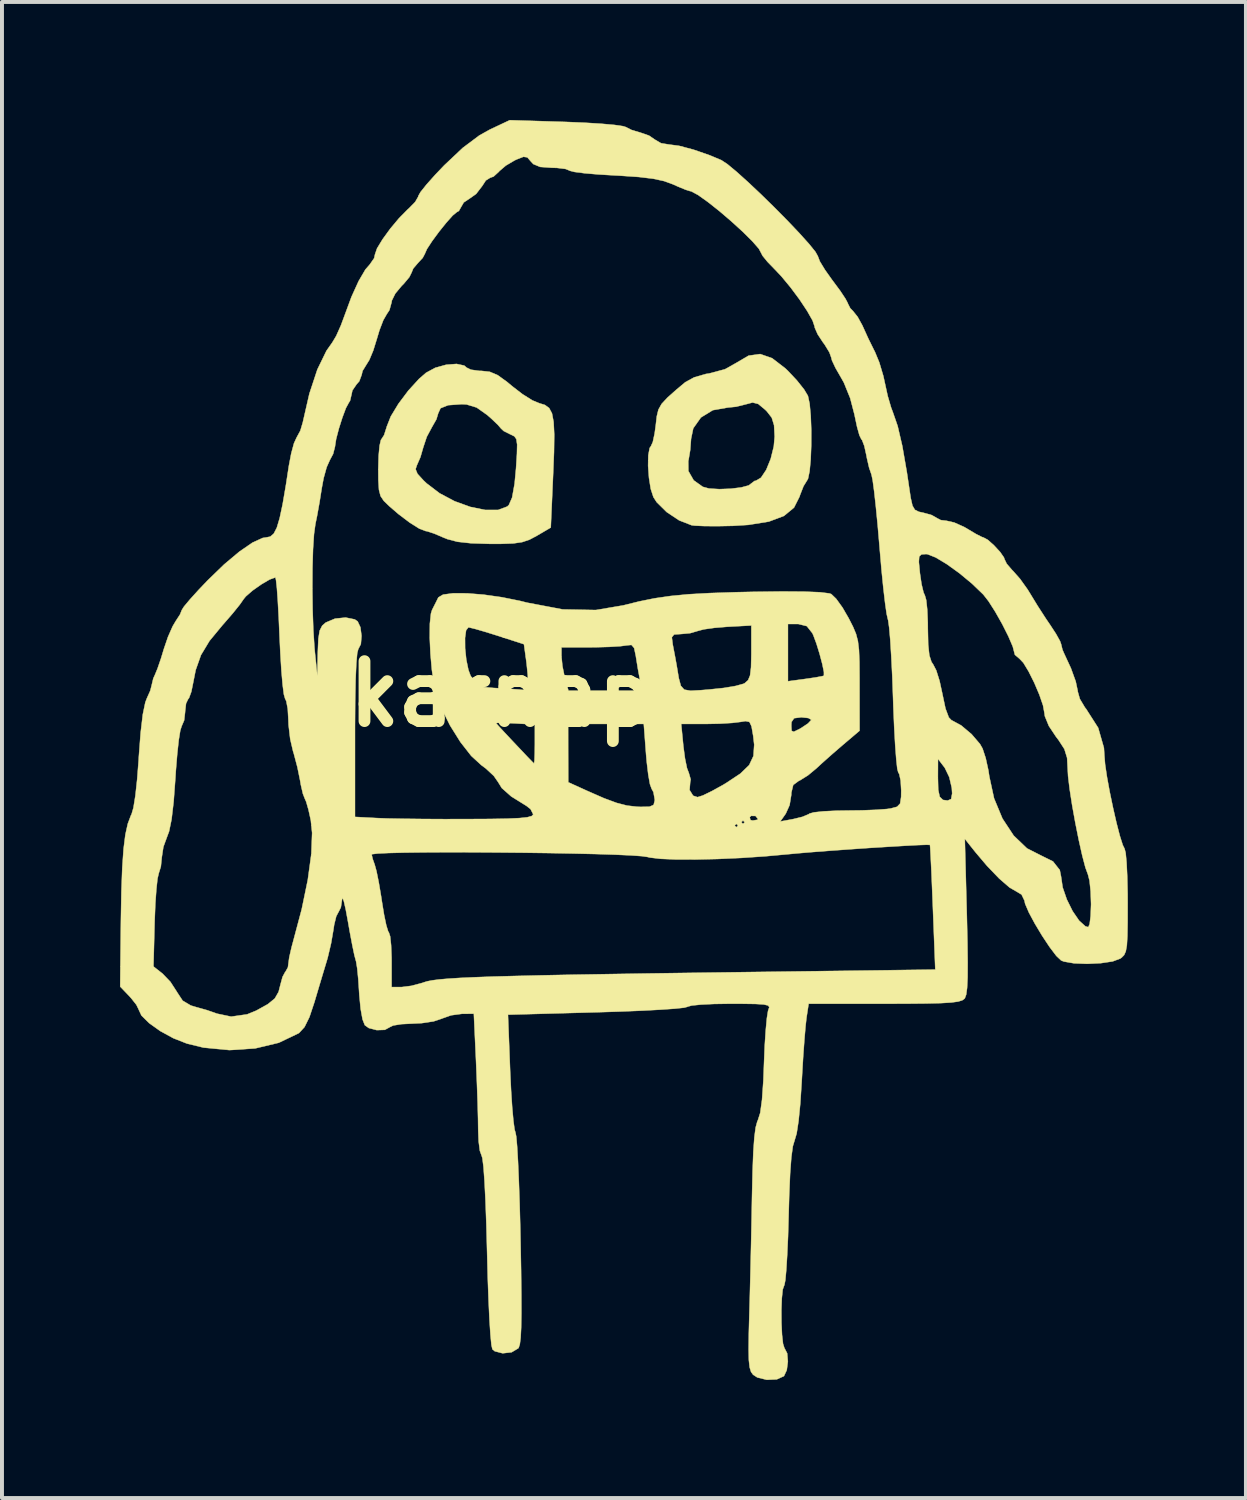
<source format=kicad_pcb>
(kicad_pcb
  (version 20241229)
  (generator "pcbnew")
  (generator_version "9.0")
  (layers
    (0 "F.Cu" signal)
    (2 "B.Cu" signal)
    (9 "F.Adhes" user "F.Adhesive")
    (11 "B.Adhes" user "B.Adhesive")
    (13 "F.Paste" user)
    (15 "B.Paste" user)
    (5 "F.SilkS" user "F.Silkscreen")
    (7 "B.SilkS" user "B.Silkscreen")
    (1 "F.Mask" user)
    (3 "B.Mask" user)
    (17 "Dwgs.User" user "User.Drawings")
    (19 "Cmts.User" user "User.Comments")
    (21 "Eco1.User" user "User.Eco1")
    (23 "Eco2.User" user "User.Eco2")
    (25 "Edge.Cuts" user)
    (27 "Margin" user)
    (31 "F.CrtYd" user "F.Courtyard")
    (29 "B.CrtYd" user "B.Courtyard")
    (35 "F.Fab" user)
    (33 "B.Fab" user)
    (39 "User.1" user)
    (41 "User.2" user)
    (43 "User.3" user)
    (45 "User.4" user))
  (footprint "karnap"
    (layer "F.Cu")
    (at 9.699 14.591)
    (property "Reference" "karnap" (at 0 0 0) (layer "F.SilkS") (effects (font (size 1.524 1.524) (thickness 0.3))))
    (attr through_hole)
    (fp_poly (pts (xy 6.879 -8.535) (xy 7.214 -8.277) (xy 7.276 -8.218) (xy 7.506 -7.974) (xy 7.691 -7.742) (xy 7.789 -7.578) (xy 7.832 -7.378) (xy 7.86 -7.074) (xy 7.874 -6.708) (xy 7.873 -6.322) (xy 7.859 -5.959) (xy 7.831 -5.661) (xy 7.791 -5.471) (xy 7.769 -5.432) (xy 7.677 -5.283) (xy 7.588 -5.056) (xy 7.577 -5.019) (xy 7.435 -4.737) (xy 7.179 -4.526) (xy 6.796 -4.382) (xy 6.273 -4.298) (xy 5.884 -4.274) (xy 5.5 -4.266) (xy 5.161 -4.268) (xy 4.914 -4.279) (xy 4.833 -4.289) (xy 4.515 -4.413) (xy 4.197 -4.625) (xy 3.944 -4.875) (xy 3.861 -5.004) (xy 3.793 -5.213) (xy 3.748 -5.495) (xy 3.726 -5.797) (xy 3.728 -5.927) (xy 4.747 -5.927) (xy 4.75 -5.667) (xy 4.885 -5.431) (xy 5.116 -5.266) (xy 5.273 -5.223) (xy 5.538 -5.207) (xy 5.83 -5.218) (xy 6.095 -5.251) (xy 6.281 -5.301) (xy 6.336 -5.342) (xy 6.433 -5.416) (xy 6.463 -5.419) (xy 6.595 -5.497) (xy 6.729 -5.698) (xy 6.843 -5.978) (xy 6.921 -6.292) (xy 6.943 -6.541) (xy 6.928 -6.832) (xy 6.869 -7.024) (xy 6.741 -7.188) (xy 6.702 -7.226) (xy 6.525 -7.373) (xy 6.382 -7.409) (xy 6.231 -7.369) (xy 5.963 -7.302) (xy 5.751 -7.281) (xy 5.371 -7.214) (xy 5.069 -7.029) (xy 4.874 -6.754) (xy 4.818 -6.485) (xy 4.797 -6.204) (xy 4.756 -5.959) (xy 4.747 -5.927) (xy 3.728 -5.927) (xy 3.731 -6.067) (xy 3.765 -6.253) (xy 3.798 -6.3) (xy 3.845 -6.403) (xy 3.892 -6.621) (xy 3.921 -6.834) (xy 3.947 -7.06) (xy 3.988 -7.228) (xy 4.069 -7.373) (xy 4.214 -7.53) (xy 4.446 -7.737) (xy 4.671 -7.925) (xy 4.897 -8.049) (xy 5.195 -8.135) (xy 5.277 -8.147) (xy 5.681 -8.255) (xy 5.963 -8.414) (xy 6.28 -8.6) (xy 6.576 -8.641) (xy 6.879 -8.535)) (stroke (width 0.01) (type solid)) (fill yes) (layer "F.SilkS"))
    (fp_poly (pts (xy -0.947 -8.348) (xy -0.889 -8.297) (xy -0.778 -8.243) (xy -0.568 -8.214) (xy -0.51 -8.213) (xy -0.299 -8.19) (xy -0.097 -8.104) (xy 0.145 -7.929) (xy 0.268 -7.826) (xy 0.532 -7.622) (xy 0.781 -7.465) (xy 0.956 -7.392) (xy 1.103 -7.347) (xy 1.211 -7.268) (xy 1.283 -7.132) (xy 1.324 -6.915) (xy 1.34 -6.596) (xy 1.334 -6.151) (xy 1.313 -5.616) (xy 1.252 -4.23) (xy 0.894 -4.02) (xy 0.707 -3.921) (xy 0.524 -3.86) (xy 0.299 -3.827) (xy -0.017 -3.816) (xy -0.304 -3.816) (xy -0.774 -3.831) (xy -1.12 -3.869) (xy -1.382 -3.938) (xy -1.482 -3.979) (xy -1.714 -4.078) (xy -1.892 -4.136) (xy -1.93 -4.142) (xy -2.09 -4.203) (xy -2.334 -4.356) (xy -2.622 -4.574) (xy -2.857 -4.777) (xy -2.993 -4.909) (xy -3.075 -5.031) (xy -3.116 -5.19) (xy -3.131 -5.433) (xy -3.133 -5.715) (xy -2.185 -5.715) (xy -2.136 -5.596) (xy -1.981 -5.426) (xy -1.905 -5.354) (xy -1.574 -5.102) (xy -1.191 -4.899) (xy -0.792 -4.755) (xy -0.412 -4.678) (xy -0.087 -4.678) (xy 0.145 -4.765) (xy 0.187 -4.805) (xy 0.269 -4.993) (xy 0.332 -5.343) (xy 0.369 -5.739) (xy 0.392 -6.107) (xy 0.397 -6.341) (xy 0.377 -6.477) (xy 0.327 -6.549) (xy 0.24 -6.593) (xy 0.22 -6.601) (xy 0.055 -6.684) (xy -0.012 -6.747) (xy -0.09 -6.838) (xy -0.253 -6.994) (xy -0.363 -7.091) (xy -0.633 -7.282) (xy -0.891 -7.36) (xy -1.012 -7.366) (xy -1.356 -7.341) (xy -1.55 -7.264) (xy -1.609 -7.137) (xy -1.655 -6.983) (xy -1.766 -6.788) (xy -1.767 -6.786) (xy -1.9 -6.538) (xy -1.99 -6.268) (xy -2.061 -6.022) (xy -2.145 -5.829) (xy -2.149 -5.822) (xy -2.185 -5.715) (xy -3.133 -5.715) (xy -3.133 -5.727) (xy -3.124 -6.054) (xy -3.1 -6.312) (xy -3.066 -6.458) (xy -3.055 -6.473) (xy -2.985 -6.582) (xy -2.921 -6.782) (xy -2.918 -6.795) (xy -2.815 -7.056) (xy -2.62 -7.378) (xy -2.37 -7.711) (xy -2.099 -8.008) (xy -1.919 -8.165) (xy -1.685 -8.292) (xy -1.408 -8.369) (xy -1.143 -8.39) (xy -0.947 -8.348)) (stroke (width 0.01) (type solid)) (fill yes) (layer "F.SilkS"))
    (fp_poly (pts (xy 1.63 -14.542) (xy 2.108 -14.522) (xy 2.531 -14.496) (xy 2.867 -14.466) (xy 3.087 -14.434) (xy 3.155 -14.413) (xy 3.309 -14.336) (xy 3.529 -14.271) (xy 3.75 -14.194) (xy 3.899 -14.092) (xy 4.054 -14.001) (xy 4.241 -13.97) (xy 4.514 -13.934) (xy 4.883 -13.836) (xy 5.295 -13.693) (xy 5.588 -13.57) (xy 5.741 -13.469) (xy 5.975 -13.275) (xy 6.268 -13.011) (xy 6.598 -12.7) (xy 6.94 -12.365) (xy 7.272 -12.029) (xy 7.571 -11.714) (xy 7.815 -11.443) (xy 7.98 -11.239) (xy 8.043 -11.126) (xy 8.043 -11.123) (xy 8.092 -10.996) (xy 8.222 -10.782) (xy 8.404 -10.525) (xy 8.424 -10.499) (xy 8.61 -10.248) (xy 8.745 -10.044) (xy 8.805 -9.929) (xy 8.805 -9.923) (xy 8.864 -9.807) (xy 8.934 -9.735) (xy 9.051 -9.589) (xy 9.174 -9.366) (xy 9.193 -9.323) (xy 9.324 -9.035) (xy 9.473 -8.733) (xy 9.491 -8.699) (xy 9.603 -8.428) (xy 9.705 -8.086) (xy 9.747 -7.894) (xy 9.817 -7.575) (xy 9.902 -7.285) (xy 9.951 -7.154) (xy 10.07 -6.81) (xy 10.188 -6.302) (xy 10.304 -5.635) (xy 10.352 -5.314) (xy 10.401 -4.985) (xy 10.446 -4.787) (xy 10.508 -4.682) (xy 10.607 -4.632) (xy 10.726 -4.606) (xy 10.931 -4.549) (xy 11.051 -4.483) (xy 11.055 -4.478) (xy 11.166 -4.42) (xy 11.31 -4.403) (xy 11.508 -4.358) (xy 11.759 -4.246) (xy 11.853 -4.191) (xy 12.064 -4.065) (xy 12.215 -3.989) (xy 12.249 -3.979) (xy 12.359 -3.92) (xy 12.517 -3.78) (xy 12.673 -3.611) (xy 12.772 -3.469) (xy 12.785 -3.428) (xy 12.842 -3.31) (xy 12.981 -3.148) (xy 13.004 -3.126) (xy 13.18 -2.927) (xy 13.371 -2.66) (xy 13.445 -2.54) (xy 13.63 -2.237) (xy 13.846 -1.903) (xy 13.945 -1.758) (xy 14.097 -1.525) (xy 14.198 -1.343) (xy 14.224 -1.27) (xy 14.259 -1.126) (xy 14.298 -1.036) (xy 14.475 -0.653) (xy 14.596 -0.319) (xy 14.647 -0.079) (xy 14.648 -0.061) (xy 14.701 0.126) (xy 14.831 0.344) (xy 14.861 0.381) (xy 15.167 0.86) (xy 15.313 1.369) (xy 15.325 1.565) (xy 15.343 1.788) (xy 15.391 2.11) (xy 15.461 2.491) (xy 15.545 2.894) (xy 15.633 3.279) (xy 15.718 3.607) (xy 15.792 3.84) (xy 15.838 3.933) (xy 15.866 4.042) (xy 15.889 4.288) (xy 15.906 4.641) (xy 15.916 5.069) (xy 15.917 5.304) (xy 15.916 5.798) (xy 15.91 6.151) (xy 15.896 6.39) (xy 15.869 6.542) (xy 15.827 6.636) (xy 15.765 6.7) (xy 15.729 6.726) (xy 15.536 6.798) (xy 15.235 6.843) (xy 14.888 6.86) (xy 14.554 6.847) (xy 14.296 6.802) (xy 14.225 6.774) (xy 14.103 6.658) (xy 13.933 6.434) (xy 13.742 6.146) (xy 13.557 5.838) (xy 13.404 5.553) (xy 13.31 5.333) (xy 13.293 5.252) (xy 13.22 5.1) (xy 13.11 5.033) (xy 12.913 4.919) (xy 12.648 4.689) (xy 12.34 4.368) (xy 12.047 4.022) (xy 11.777 3.683) (xy 11.829 5.648) (xy 11.844 6.312) (xy 11.85 6.825) (xy 11.848 7.206) (xy 11.835 7.472) (xy 11.812 7.642) (xy 11.778 7.734) (xy 11.772 7.743) (xy 11.714 7.786) (xy 11.608 7.819) (xy 11.432 7.843) (xy 11.167 7.859) (xy 10.791 7.868) (xy 10.284 7.873) (xy 9.735 7.874) (xy 7.807 7.874) (xy 7.752 8.234) (xy 7.728 8.448) (xy 7.699 8.789) (xy 7.668 9.218) (xy 7.64 9.691) (xy 7.63 9.864) (xy 7.595 10.408) (xy 7.551 10.852) (xy 7.502 11.173) (xy 7.451 11.345) (xy 7.405 11.498) (xy 7.367 11.777) (xy 7.336 12.193) (xy 7.312 12.759) (xy 7.298 13.273) (xy 7.283 13.795) (xy 7.262 14.258) (xy 7.239 14.635) (xy 7.215 14.9) (xy 7.19 15.028) (xy 7.185 15.035) (xy 7.148 15.139) (xy 7.125 15.363) (xy 7.114 15.661) (xy 7.116 15.985) (xy 7.13 16.287) (xy 7.156 16.519) (xy 7.193 16.634) (xy 7.197 16.637) (xy 7.261 16.76) (xy 7.279 16.969) (xy 7.251 17.187) (xy 7.18 17.339) (xy 7.18 17.34) (xy 6.997 17.423) (xy 6.744 17.434) (xy 6.503 17.375) (xy 6.394 17.304) (xy 6.342 17.231) (xy 6.307 17.116) (xy 6.287 16.934) (xy 6.281 16.656) (xy 6.286 16.257) (xy 6.297 15.844) (xy 6.312 15.313) (xy 6.328 14.672) (xy 6.344 13.978) (xy 6.358 13.289) (xy 6.367 12.785) (xy 6.382 12.134) (xy 6.401 11.635) (xy 6.427 11.27) (xy 6.46 11.019) (xy 6.502 10.866) (xy 6.516 10.837) (xy 6.576 10.649) (xy 6.622 10.314) (xy 6.656 9.825) (xy 6.672 9.398) (xy 6.69 8.949) (xy 6.716 8.552) (xy 6.745 8.242) (xy 6.775 8.054) (xy 6.786 8.022) (xy 6.807 7.961) (xy 6.775 7.919) (xy 6.667 7.893) (xy 6.456 7.88) (xy 6.118 7.875) (xy 5.81 7.874) (xy 5.406 7.88) (xy 5.07 7.896) (xy 4.833 7.92) (xy 4.729 7.949) (xy 4.727 7.952) (xy 4.639 7.975) (xy 4.403 8) (xy 4.042 8.025) (xy 3.579 8.05) (xy 3.036 8.072) (xy 2.435 8.091) (xy 2.432 8.091) (xy 0.164 8.153) (xy 0.22 9.601) (xy 0.243 10.083) (xy 0.271 10.51) (xy 0.302 10.85) (xy 0.332 11.073) (xy 0.354 11.147) (xy 0.375 11.253) (xy 0.397 11.507) (xy 0.419 11.888) (xy 0.44 12.374) (xy 0.46 12.944) (xy 0.477 13.576) (xy 0.483 13.874) (xy 0.497 14.648) (xy 0.504 15.268) (xy 0.505 15.75) (xy 0.499 16.111) (xy 0.486 16.366) (xy 0.465 16.53) (xy 0.436 16.62) (xy 0.426 16.633) (xy 0.257 16.734) (xy 0.029 16.76) (xy -0.172 16.708) (xy -0.232 16.658) (xy -0.257 16.547) (xy -0.282 16.287) (xy -0.307 15.899) (xy -0.33 15.403) (xy -0.351 14.821) (xy -0.367 14.188) (xy -0.386 13.481) (xy -0.408 12.873) (xy -0.433 12.38) (xy -0.459 12.017) (xy -0.487 11.797) (xy -0.506 11.737) (xy -0.551 11.612) (xy -0.582 11.372) (xy -0.593 11.096) (xy -0.597 10.8) (xy -0.608 10.386) (xy -0.625 9.906) (xy -0.645 9.411) (xy -0.648 9.335) (xy -0.704 8.128) (xy -1.008 8.131) (xy -1.281 8.168) (xy -1.519 8.252) (xy -1.524 8.255) (xy -1.728 8.323) (xy -2.03 8.368) (xy -2.26 8.379) (xy -2.543 8.393) (xy -2.753 8.427) (xy -2.836 8.467) (xy -2.966 8.538) (xy -3.171 8.545) (xy -3.374 8.492) (xy -3.475 8.42) (xy -3.533 8.272) (xy -3.582 8.002) (xy -3.615 7.656) (xy -3.619 7.594) (xy -3.641 7.255) (xy -3.669 6.972) (xy -3.698 6.795) (xy -3.705 6.773) (xy -3.741 6.639) (xy -3.795 6.38) (xy -3.859 6.04) (xy -3.901 5.8) (xy -3.96 5.48) (xy -4.009 5.267) (xy -4.042 5.182) (xy -4.054 5.223) (xy -4.084 5.426) (xy -4.142 5.541) (xy -4.144 5.543) (xy -4.201 5.65) (xy -4.254 5.864) (xy -4.273 5.992) (xy -4.333 6.34) (xy -4.418 6.7) (xy -4.439 6.773) (xy -4.521 7.045) (xy -4.629 7.405) (xy -4.741 7.782) (xy -4.752 7.821) (xy -4.883 8.213) (xy -5.008 8.467) (xy -5.144 8.615) (xy -5.158 8.625) (xy -5.662 8.866) (xy -6.263 9.01) (xy -6.916 9.053) (xy -7.577 8.989) (xy -7.996 8.887) (xy -8.342 8.751) (xy -8.675 8.569) (xy -8.958 8.367) (xy -9.154 8.173) (xy -9.229 8.011) (xy -9.229 8.01) (xy -9.283 7.9) (xy -9.417 7.731) (xy -9.461 7.682) (xy -9.694 7.439) (xy -9.689 6.927) (xy -8.848 6.927) (xy -8.617 7.109) (xy -8.418 7.316) (xy -8.254 7.569) (xy -8.247 7.582) (xy -8.106 7.796) (xy -7.899 7.919) (xy -7.759 7.961) (xy -7.495 8.035) (xy -7.277 8.11) (xy -7.239 8.125) (xy -6.873 8.202) (xy -6.467 8.144) (xy -6.237 8.05) (xy -5.94 7.885) (xy -5.763 7.74) (xy -5.667 7.572) (xy -5.623 7.399) (xy -5.567 7.192) (xy -5.501 7.069) (xy -5.494 7.064) (xy -5.43 6.949) (xy -5.419 6.863) (xy -5.396 6.693) (xy -5.337 6.437) (xy -5.299 6.296) (xy -5.08 5.474) (xy -4.925 4.725) (xy -4.837 4.081) (xy -3.302 4.081) (xy -3.274 4.198) (xy -3.225 4.335) (xy -3.178 4.506) (xy -3.12 4.793) (xy -3.061 5.143) (xy -3.041 5.274) (xy -2.986 5.611) (xy -2.93 5.879) (xy -2.881 6.038) (xy -2.864 6.062) (xy -2.831 6.162) (xy -2.807 6.387) (xy -2.795 6.694) (xy -2.794 6.778) (xy -2.794 7.451) (xy -2.542 7.451) (xy -2.291 7.419) (xy -2.008 7.343) (xy -1.97 7.329) (xy -1.883 7.303) (xy -1.757 7.279) (xy -1.585 7.257) (xy -1.355 7.237) (xy -1.059 7.218) (xy -0.686 7.201) (xy -0.227 7.184) (xy 0.328 7.169) (xy 0.989 7.153) (xy 1.765 7.137) (xy 2.667 7.122) (xy 3.704 7.105) (xy 4.885 7.088) (xy 6.222 7.07) (xy 6.974 7.06) (xy 11.026 7.006) (xy 10.965 5.429) (xy 10.945 4.932) (xy 10.927 4.498) (xy 10.91 4.153) (xy 10.898 3.924) (xy 10.891 3.837) (xy 10.891 3.837) (xy 10.803 3.834) (xy 10.576 3.842) (xy 10.239 3.86) (xy 9.822 3.885) (xy 9.352 3.914) (xy 8.861 3.948) (xy 8.377 3.983) (xy 7.929 4.017) (xy 7.548 4.049) (xy 7.281 4.074) (xy 6.697 4.127) (xy 6.09 4.168) (xy 5.49 4.195) (xy 4.927 4.208) (xy 4.432 4.207) (xy 4.036 4.19) (xy 3.768 4.158) (xy 3.713 4.144) (xy 3.57 4.123) (xy 3.288 4.103) (xy 2.888 4.085) (xy 2.391 4.069) (xy 1.82 4.056) (xy 1.196 4.044) (xy 0.539 4.035) (xy -0.128 4.029) (xy -0.784 4.025) (xy -1.408 4.024) (xy -1.978 4.027) (xy -2.472 4.033) (xy -2.87 4.043) (xy -3.15 4.056) (xy -3.29 4.073) (xy -3.302 4.081) (xy -4.837 4.081) (xy -4.835 4.071) (xy -4.815 3.532) (xy -4.834 3.344) (xy 5.927 3.344) (xy 5.969 3.387) (xy 6.011 3.344) (xy 5.969 3.302) (xy 5.927 3.344) (xy -4.834 3.344) (xy -4.843 3.26) (xy 6.096 3.26) (xy 6.138 3.302) (xy 6.181 3.26) (xy 6.138 3.217) (xy 6.096 3.26) (xy -4.843 3.26) (xy -4.847 3.217) (xy -4.907 2.945) (xy -4.966 2.739) (xy -4.998 2.667) (xy -5.049 2.537) (xy -5.102 2.308) (xy -5.12 2.201) (xy -5.189 1.862) (xy -5.281 1.514) (xy -5.299 1.458) (xy -5.372 1.145) (xy -5.414 0.785) (xy -5.419 0.649) (xy -5.434 0.381) (xy -5.472 0.181) (xy -5.502 0.119) (xy -5.533 0.011) (xy -5.565 -0.237) (xy -5.596 -0.597) (xy -5.623 -1.04) (xy -5.643 -1.464) (xy -5.664 -1.946) (xy -5.687 -2.364) (xy -5.709 -2.677) (xy -4.809 -2.677) (xy -4.802 -2.137) (xy -4.784 -1.623) (xy -4.755 -1.175) (xy -4.744 -1.058) (xy -4.683 -0.466) (xy -4.67 -1.075) (xy -4.656 -1.404) (xy -4.623 -1.61) (xy -4.559 -1.736) (xy -4.468 -1.816) (xy -4.233 -1.915) (xy -3.963 -1.943) (xy -3.732 -1.896) (xy -3.658 -1.846) (xy -3.587 -1.695) (xy -3.559 -1.476) (xy -3.576 -1.267) (xy -3.64 -1.143) (xy -3.641 -1.143) (xy -3.668 -1.042) (xy -3.691 -0.783) (xy -3.709 -0.378) (xy -3.72 0.162) (xy -3.725 0.825) (xy -3.725 1.017) (xy -3.725 3.125) (xy -3.154 3.155) (xy -2.887 3.165) (xy -2.489 3.172) (xy -1.997 3.178) (xy -1.451 3.181) (xy -0.889 3.18) (xy -0.298 3.177) (xy 0.143 3.169) (xy 0.454 3.155) (xy 0.655 3.134) (xy 0.666 3.131) (xy 6.309 3.131) (xy 6.327 3.205) (xy 6.387 3.217) (xy 6.503 3.198) (xy 6.519 3.18) (xy 6.457 3.101) (xy 6.346 3.099) (xy 6.309 3.131) (xy 0.666 3.131) (xy 0.765 3.105) (xy 0.803 3.066) (xy 0.804 3.057) (xy 0.738 2.927) (xy 0.635 2.846) (xy 0.246 2.604) (xy 0.006 2.391) (xy -0.085 2.243) (xy -0.196 2.083) (xy -0.397 1.896) (xy -0.514 1.809) (xy -0.77 1.574) (xy -1.045 1.222) (xy -1.309 0.8) (xy -1.339 0.74) (xy -0.141 0.74) (xy -0.076 0.813) (xy 0.07 0.971) (xy 0.262 1.176) (xy 0.468 1.394) (xy 0.652 1.589) (xy 0.783 1.724) (xy 0.826 1.767) (xy 0.837 1.696) (xy 0.844 1.502) (xy 0.847 1.278) (xy 0.847 0.777) (xy 0.584 0.762) (xy 1.693 0.762) (xy 1.694 1.503) (xy 1.696 2.244) (xy 2.181 2.464) (xy 2.605 2.65) (xy 2.926 2.769) (xy 3.189 2.837) (xy 3.441 2.866) (xy 3.535 2.87) (xy 3.762 2.865) (xy 3.866 2.82) (xy 3.894 2.712) (xy 3.895 2.684) (xy 3.862 2.496) (xy 3.815 2.409) (xy 3.773 2.293) (xy 3.73 2.051) (xy 3.691 1.725) (xy 3.675 1.545) (xy 3.616 0.762) (xy 4.567 0.762) (xy 4.623 1.333) (xy 4.664 1.64) (xy 4.714 1.884) (xy 4.762 2.01) (xy 4.809 2.174) (xy 4.796 2.243) (xy 4.78 2.441) (xy 4.87 2.586) (xy 4.983 2.623) (xy 5.118 2.58) (xy 5.35 2.467) (xy 5.637 2.308) (xy 5.713 2.262) (xy 6.072 2.024) (xy 6.295 1.808) (xy 6.404 1.576) (xy 6.423 1.289) (xy 6.397 1.062) (xy 6.355 0.822) (xy 6.345 0.8) (xy 7.366 0.8) (xy 7.374 0.936) (xy 7.429 0.961) (xy 7.576 0.889) (xy 7.619 0.864) (xy 7.79 0.75) (xy 7.872 0.663) (xy 7.873 0.656) (xy 7.8 0.612) (xy 7.623 0.593) (xy 7.62 0.593) (xy 7.438 0.616) (xy 7.372 0.712) (xy 7.366 0.8) (xy 6.345 0.8) (xy 6.301 0.71) (xy 6.201 0.69) (xy 6.079 0.71) (xy 5.864 0.736) (xy 5.548 0.755) (xy 5.199 0.762) (xy 5.194 0.762) (xy 4.567 0.762) (xy 3.616 0.762) (xy 1.693 0.762) (xy 0.584 0.762) (xy 0.345 0.748) (xy 0.083 0.736) (xy -0.093 0.734) (xy -0.141 0.74) (xy -1.339 0.74) (xy -1.532 0.352) (xy -1.65 0.042) (xy -1.717 -0.243) (xy -1.771 -0.613) (xy -1.807 -1.024) (xy -1.825 -1.425) (xy -0.928 -1.425) (xy -0.926 -1.161) (xy -0.896 -0.874) (xy -0.842 -0.613) (xy -0.79 -0.472) (xy -0.706 -0.313) (xy -0.612 -0.222) (xy -0.46 -0.176) (xy -0.202 -0.153) (xy -0.092 -0.147) (xy 0.211 -0.13) (xy 0.452 -0.113) (xy 0.572 -0.101) (xy 0.653 -0.159) (xy 0.677 -0.285) (xy 0.666 -0.492) (xy 0.637 -0.773) (xy 0.624 -0.874) (xy 0.581 -1.185) (xy 1.524 -1.185) (xy 1.524 -0.953) (xy 1.548 -0.711) (xy 1.605 -0.431) (xy 1.613 -0.402) (xy 1.701 -0.085) (xy 3.575 -0.085) (xy 3.518 -0.36) (xy 3.466 -0.64) (xy 3.417 -0.944) (xy 3.415 -0.96) (xy 3.371 -1.168) (xy 3.303 -1.247) (xy 3.187 -1.236) (xy 3.021 -1.214) (xy 2.738 -1.197) (xy 2.39 -1.187) (xy 2.265 -1.186) (xy 1.524 -1.185) (xy 0.581 -1.185) (xy 0.57 -1.265) (xy 0.026 -1.441) (xy 4.329 -1.441) (xy 4.352 -1.259) (xy 4.354 -1.249) (xy 4.409 -0.963) (xy 4.453 -0.72) (xy 4.506 -0.402) (xy 4.558 -0.208) (xy 4.645 -0.11) (xy 4.805 -0.082) (xy 5.076 -0.097) (xy 5.299 -0.116) (xy 5.65 -0.153) (xy 5.952 -0.204) (xy 6.151 -0.259) (xy 6.183 -0.275) (xy 6.268 -0.351) (xy 6.318 -0.472) (xy 6.343 -0.68) (xy 6.35 -1.013) (xy 6.35 -1.06) (xy 6.35 -1.741) (xy 5.736 -1.708) (xy 5.412 -1.681) (xy 5.143 -1.643) (xy 4.984 -1.601) (xy 4.98 -1.599) (xy 4.794 -1.545) (xy 4.568 -1.524) (xy 4.387 -1.512) (xy 4.329 -1.441) (xy 0.026 -1.441) (xy -0.092 -1.479) (xy -0.41 -1.578) (xy -0.668 -1.653) (xy -0.824 -1.691) (xy -0.843 -1.693) (xy -0.901 -1.618) (xy -0.928 -1.425) (xy -1.825 -1.425) (xy -1.825 -1.43) (xy -1.822 -1.778) (xy 7.281 -1.778) (xy 7.281 -0.323) (xy 7.726 -0.383) (xy 7.979 -0.42) (xy 8.151 -0.452) (xy 8.195 -0.465) (xy 8.195 -0.559) (xy 8.154 -0.761) (xy 8.086 -1.018) (xy 8.005 -1.28) (xy 7.926 -1.493) (xy 7.902 -1.545) (xy 7.76 -1.725) (xy 7.547 -1.778) (xy 7.533 -1.778) (xy 7.281 -1.778) (xy -1.822 -1.778) (xy -1.822 -1.786) (xy -1.794 -2.046) (xy -1.766 -2.136) (xy -1.664 -2.337) (xy -1.606 -2.455) (xy -1.486 -2.526) (xy -1.233 -2.56) (xy -0.879 -2.559) (xy -0.456 -2.525) (xy 0.005 -2.46) (xy 0.471 -2.366) (xy 0.646 -2.322) (xy 1.554 -2.15) (xy 2.397 -2.134) (xy 3.094 -2.252) (xy 3.501 -2.353) (xy 3.891 -2.432) (xy 4.299 -2.491) (xy 4.756 -2.535) (xy 5.297 -2.565) (xy 5.954 -2.587) (xy 6.413 -2.597) (xy 7.133 -2.606) (xy 7.694 -2.602) (xy 8.094 -2.586) (xy 8.33 -2.557) (xy 8.382 -2.54) (xy 8.506 -2.421) (xy 8.667 -2.198) (xy 8.826 -1.923) (xy 8.936 -1.707) (xy 9.011 -1.528) (xy 9.059 -1.345) (xy 9.086 -1.121) (xy 9.098 -0.817) (xy 9.101 -0.394) (xy 9.101 -0.231) (xy 9.102 0.934) (xy 8.679 1.293) (xy 8.409 1.526) (xy 8.149 1.757) (xy 8.002 1.893) (xy 7.791 2.068) (xy 7.591 2.193) (xy 7.556 2.209) (xy 7.415 2.313) (xy 7.367 2.511) (xy 7.366 2.561) (xy 7.323 2.825) (xy 7.226 3.041) (xy 7.086 3.241) (xy 7.416 3.18) (xy 7.649 3.123) (xy 7.808 3.056) (xy 7.827 3.041) (xy 7.942 3.009) (xy 8.185 2.983) (xy 8.517 2.967) (xy 8.769 2.963) (xy 9.166 2.958) (xy 9.526 2.944) (xy 9.798 2.924) (xy 9.895 2.91) (xy 10.055 2.867) (xy 10.132 2.786) (xy 10.158 2.617) (xy 10.16 2.45) (xy 10.146 2.202) (xy 10.129 2.124) (xy 11.093 2.124) (xy 11.101 2.435) (xy 11.139 2.613) (xy 11.221 2.693) (xy 11.341 2.709) (xy 11.429 2.671) (xy 11.455 2.531) (xy 11.446 2.389) (xy 11.382 2.114) (xy 11.267 1.875) (xy 11.255 1.86) (xy 11.095 1.651) (xy 11.093 2.124) (xy 10.129 2.124) (xy 10.109 2.033) (xy 10.085 1.995) (xy 10.06 1.901) (xy 10.034 1.662) (xy 10.007 1.304) (xy 9.982 0.852) (xy 9.96 0.332) (xy 9.953 0.107) (xy 9.933 -0.444) (xy 9.908 -0.945) (xy 9.882 -1.369) (xy 9.854 -1.688) (xy 9.828 -1.875) (xy 9.819 -1.905) (xy 9.789 -2.039) (xy 9.75 -2.313) (xy 9.705 -2.699) (xy 9.658 -3.167) (xy 9.642 -3.359) (xy 10.608 -3.359) (xy 10.633 -3.098) (xy 10.636 -3.069) (xy 10.677 -2.791) (xy 10.728 -2.58) (xy 10.763 -2.502) (xy 10.796 -2.386) (xy 10.822 -2.144) (xy 10.836 -1.819) (xy 10.837 -1.662) (xy 10.846 -1.254) (xy 10.875 -0.983) (xy 10.93 -0.814) (xy 10.971 -0.754) (xy 11.051 -0.6) (xy 11.135 -0.333) (xy 11.205 -0.011) (xy 11.209 0.009) (xy 11.286 0.371) (xy 11.37 0.596) (xy 11.435 0.664) (xy 11.684 0.799) (xy 11.949 1.022) (xy 12.162 1.271) (xy 12.228 1.387) (xy 12.308 1.631) (xy 12.377 1.946) (xy 12.399 2.094) (xy 12.52 2.653) (xy 12.733 3.166) (xy 13.019 3.6) (xy 13.358 3.925) (xy 13.716 4.107) (xy 14.018 4.256) (xy 14.191 4.476) (xy 14.224 4.643) (xy 14.264 4.917) (xy 14.37 5.224) (xy 14.517 5.52) (xy 14.682 5.761) (xy 14.841 5.905) (xy 14.915 5.927) (xy 14.95 5.849) (xy 14.975 5.645) (xy 14.986 5.357) (xy 14.986 5.333) (xy 14.975 5.013) (xy 14.947 4.746) (xy 14.908 4.592) (xy 14.842 4.411) (xy 14.761 4.103) (xy 14.673 3.71) (xy 14.585 3.271) (xy 14.505 2.827) (xy 14.442 2.42) (xy 14.402 2.09) (xy 14.393 1.924) (xy 14.377 1.624) (xy 14.308 1.4) (xy 14.157 1.167) (xy 14.098 1.091) (xy 13.913 0.813) (xy 13.812 0.566) (xy 13.801 0.487) (xy 13.765 0.29) (xy 13.671 0.017) (xy 13.542 -0.286) (xy 13.399 -0.572) (xy 13.265 -0.793) (xy 13.16 -0.903) (xy 13.157 -0.904) (xy 13.05 -0.996) (xy 13.039 -1.038) (xy 12.996 -1.205) (xy 12.884 -1.466) (xy 12.728 -1.776) (xy 12.551 -2.089) (xy 12.379 -2.359) (xy 12.248 -2.527) (xy 11.96 -2.804) (xy 11.638 -3.071) (xy 11.318 -3.301) (xy 11.037 -3.47) (xy 10.83 -3.552) (xy 10.793 -3.556) (xy 10.676 -3.548) (xy 10.618 -3.495) (xy 10.608 -3.359) (xy 9.642 -3.359) (xy 9.613 -3.689) (xy 9.607 -3.763) (xy 9.562 -4.287) (xy 9.516 -4.758) (xy 9.473 -5.149) (xy 9.435 -5.43) (xy 9.405 -5.575) (xy 9.402 -5.583) (xy 9.345 -5.748) (xy 9.288 -5.995) (xy 9.273 -6.074) (xy 9.222 -6.305) (xy 9.165 -6.454) (xy 9.146 -6.476) (xy 9.098 -6.574) (xy 9.037 -6.793) (xy 8.975 -7.085) (xy 8.975 -7.09) (xy 8.863 -7.52) (xy 8.702 -7.916) (xy 8.626 -8.051) (xy 8.489 -8.289) (xy 8.4 -8.479) (xy 8.382 -8.551) (xy 8.334 -8.685) (xy 8.214 -8.881) (xy 8.17 -8.94) (xy 8.036 -9.144) (xy 7.963 -9.31) (xy 7.959 -9.34) (xy 7.907 -9.493) (xy 7.77 -9.735) (xy 7.575 -10.029) (xy 7.347 -10.335) (xy 7.113 -10.618) (xy 6.949 -10.791) (xy 6.76 -10.986) (xy 6.635 -11.14) (xy 6.604 -11.201) (xy 6.541 -11.319) (xy 6.372 -11.512) (xy 6.128 -11.754) (xy 5.838 -12.018) (xy 5.533 -12.279) (xy 5.242 -12.509) (xy 4.996 -12.684) (xy 4.824 -12.777) (xy 4.785 -12.785) (xy 4.683 -12.817) (xy 4.483 -12.899) (xy 4.354 -12.957) (xy 4.132 -13.038) (xy 3.856 -13.098) (xy 3.489 -13.142) (xy 2.996 -13.176) (xy 2.874 -13.182) (xy 2.459 -13.207) (xy 2.109 -13.237) (xy 1.856 -13.27) (xy 1.733 -13.301) (xy 1.727 -13.306) (xy 1.624 -13.347) (xy 1.41 -13.373) (xy 1.27 -13.377) (xy 0.981 -13.398) (xy 0.808 -13.47) (xy 0.742 -13.541) (xy 0.656 -13.641) (xy 0.558 -13.656) (xy 0.386 -13.589) (xy 0.335 -13.565) (xy 0.111 -13.433) (xy -0.055 -13.292) (xy -0.068 -13.275) (xy -0.202 -13.153) (xy -0.288 -13.123) (xy -0.399 -13.054) (xy -0.493 -12.91) (xy -0.646 -12.711) (xy -0.803 -12.6) (xy -0.96 -12.495) (xy -1.016 -12.399) (xy -1.084 -12.279) (xy -1.137 -12.249) (xy -1.242 -12.162) (xy -1.404 -11.98) (xy -1.59 -11.749) (xy -1.765 -11.511) (xy -1.895 -11.312) (xy -1.947 -11.194) (xy -1.947 -11.193) (xy -2.004 -11.085) (xy -2.117 -10.964) (xy -2.244 -10.816) (xy -2.286 -10.713) (xy -2.343 -10.597) (xy -2.484 -10.428) (xy -2.54 -10.372) (xy -2.701 -10.178) (xy -2.789 -9.999) (xy -2.794 -9.96) (xy -2.849 -9.759) (xy -2.917 -9.656) (xy -3.005 -9.503) (xy -3.103 -9.247) (xy -3.17 -9.023) (xy -3.261 -8.73) (xy -3.361 -8.49) (xy -3.428 -8.383) (xy -3.532 -8.213) (xy -3.556 -8.111) (xy -3.616 -7.949) (xy -3.683 -7.874) (xy -3.791 -7.716) (xy -3.81 -7.627) (xy -3.85 -7.455) (xy -3.882 -7.404) (xy -3.955 -7.269) (xy -4.045 -7.029) (xy -4.135 -6.746) (xy -4.204 -6.482) (xy -4.233 -6.296) (xy -4.233 -6.289) (xy -4.281 -6.102) (xy -4.363 -5.948) (xy -4.445 -5.766) (xy -4.523 -5.484) (xy -4.57 -5.231) (xy -4.627 -4.871) (xy -4.692 -4.511) (xy -4.732 -4.318) (xy -4.767 -4.064) (xy -4.792 -3.679) (xy -4.806 -3.204) (xy -4.809 -2.677) (xy -5.709 -2.677) (xy -5.71 -2.69) (xy -5.733 -2.898) (xy -5.749 -2.962) (xy -5.895 -2.91) (xy -6.108 -2.785) (xy -6.329 -2.629) (xy -6.5 -2.48) (xy -6.554 -2.414) (xy -6.654 -2.271) (xy -6.833 -2.049) (xy -7.056 -1.791) (xy -7.092 -1.751) (xy -7.423 -1.35) (xy -7.641 -0.988) (xy -7.775 -0.608) (xy -7.836 -0.299) (xy -7.885 -0.058) (xy -7.944 0.103) (xy -7.968 0.133) (xy -8.02 0.242) (xy -8.043 0.442) (xy -8.043 0.454) (xy -8.068 0.671) (xy -8.129 0.814) (xy -8.13 0.815) (xy -8.166 0.927) (xy -8.206 1.176) (xy -8.244 1.528) (xy -8.279 1.952) (xy -8.29 2.13) (xy -8.335 2.738) (xy -8.388 3.189) (xy -8.451 3.494) (xy -8.499 3.622) (xy -8.596 3.888) (xy -8.636 4.15) (xy -8.66 4.388) (xy -8.713 4.558) (xy -8.745 4.695) (xy -8.774 4.963) (xy -8.8 5.327) (xy -8.817 5.749) (xy -8.819 5.815) (xy -8.848 6.927) (xy -9.689 6.927) (xy -9.676 5.773) (xy -9.663 5.019) (xy -9.641 4.415) (xy -9.608 3.94) (xy -9.562 3.575) (xy -9.501 3.3) (xy -9.424 3.094) (xy -9.405 3.057) (xy -9.357 2.892) (xy -9.308 2.588) (xy -9.263 2.176) (xy -9.225 1.686) (xy -9.221 1.609) (xy -9.174 0.987) (xy -9.119 0.52) (xy -9.055 0.213) (xy -9.019 0.118) (xy -8.929 -0.084) (xy -8.891 -0.232) (xy -8.891 -0.234) (xy -8.852 -0.396) (xy -8.81 -0.488) (xy -8.745 -0.646) (xy -8.656 -0.905) (xy -8.584 -1.143) (xy -8.479 -1.451) (xy -8.361 -1.719) (xy -8.282 -1.853) (xy -8.172 -2.022) (xy -8.128 -2.133) (xy -8.072 -2.222) (xy -7.921 -2.403) (xy -7.699 -2.648) (xy -7.472 -2.886) (xy -7.053 -3.292) (xy -6.666 -3.617) (xy -6.332 -3.847) (xy -6.072 -3.966) (xy -5.985 -3.979) (xy -5.88 -4) (xy -5.791 -4.075) (xy -5.713 -4.225) (xy -5.64 -4.469) (xy -5.564 -4.826) (xy -5.48 -5.317) (xy -5.406 -5.8) (xy -5.346 -6.115) (xy -5.276 -6.373) (xy -5.209 -6.519) (xy -5.209 -6.519) (xy -5.114 -6.694) (xy -5.053 -6.9) (xy -4.885 -7.633) (xy -4.682 -8.248) (xy -4.45 -8.725) (xy -4.304 -8.932) (xy -4.202 -9.103) (xy -4.083 -9.37) (xy -3.994 -9.61) (xy -3.816 -10.092) (xy -3.633 -10.495) (xy -3.461 -10.789) (xy -3.349 -10.918) (xy -3.238 -11.078) (xy -3.217 -11.174) (xy -3.164 -11.328) (xy -3.023 -11.56) (xy -2.826 -11.831) (xy -2.604 -12.096) (xy -2.388 -12.315) (xy -2.351 -12.348) (xy -2.195 -12.508) (xy -2.118 -12.641) (xy -2.117 -12.656) (xy -2.06 -12.758) (xy -1.908 -12.949) (xy -1.683 -13.201) (xy -1.458 -13.437) (xy -0.985 -13.883) (xy -0.565 -14.198) (xy -0.296 -14.348) (xy 0.209 -14.586) (xy 1.63 -14.542)) (stroke (width 0.01) (type solid)) (fill yes) (layer "F.SilkS")))
  (gr_rect
    (start -3 -3)
    (end 28.622 35.03)
    (stroke (width 0.1) (type default))
    (fill no)
    (layer "Edge.Cuts")))
</source>
